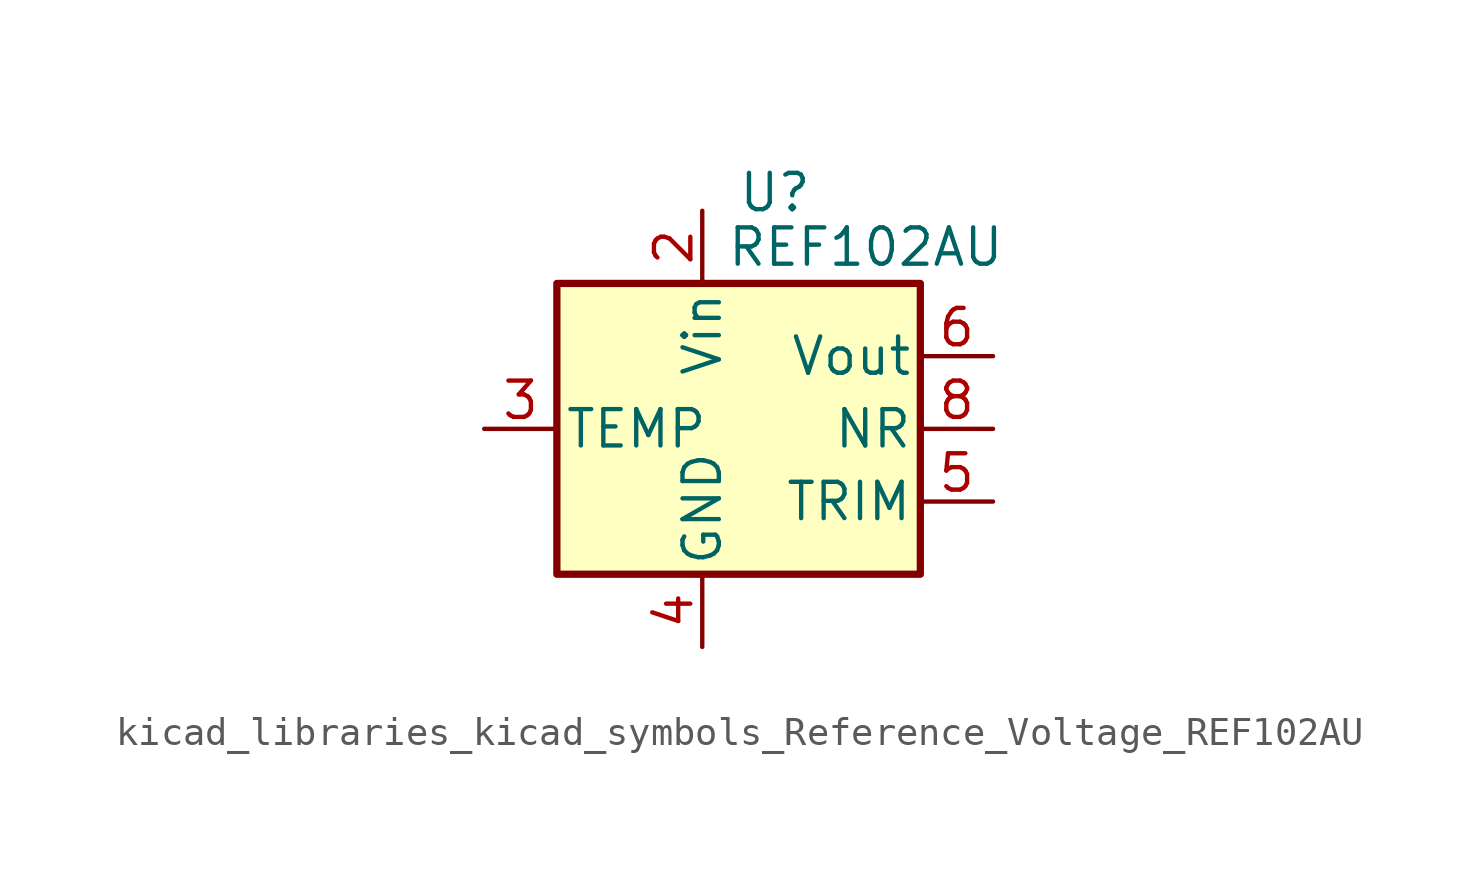
<source format=kicad_sym>
(kicad_symbol_lib
  (version 20220914)
  (generator kicad_symbol_editor)
  (symbol "kicad_libraries_kicad_symbols_Reference_Voltage_REF102AU"
    (pin_names
      (offset 0.254))
    (property "Reference" "U"
      (at 0 8.255 0)
      (effects (font (size 1.27 1.27))))
    (property "Value" "REF102AU"
      (at 3.175 6.35 0)
      (effects (font (size 1.27 1.27))))
    (symbol "kicad_libraries_kicad_symbols_Reference_Voltage_REF102AU_0_1"
      (rectangle (start -7.62 5.08) (end 5.08 -5.08) (stroke (width 0.254) (type default)) (fill (type background))))
    (symbol "kicad_libraries_kicad_symbols_Reference_Voltage_REF102AU_1_1"
      (pin no_connect line (at -5.08 -5.08 90) (length 2.54) hide (name "NC" (effects (font (size 1.27 1.27)))) (number "1" (effects (font (size 1.27 1.27)))))
      (pin power_in line (at -2.54 7.62 270) (length 2.54) (name "Vin" (effects (font (size 1.27 1.27)))) (number "2" (effects (font (size 1.27 1.27)))))
      (pin passive line (at -10.16 0 0) (length 2.54) (name "TEMP" (effects (font (size 1.27 1.27)))) (number "3" (effects (font (size 1.27 1.27)))))
      (pin power_in line (at -2.54 -7.62 90) (length 2.54) (name "GND" (effects (font (size 1.27 1.27)))) (number "4" (effects (font (size 1.27 1.27)))))
      (pin passive line (at 7.62 -2.54 180) (length 2.54) (name "TRIM" (effects (font (size 1.27 1.27)))) (number "5" (effects (font (size 1.27 1.27)))))
      (pin power_out line (at 7.62 2.54 180) (length 2.54) (name "Vout" (effects (font (size 1.27 1.27)))) (number "6" (effects (font (size 1.27 1.27)))))
      (pin no_connect line (at 0 -5.08 90) (length 2.54) hide (name "NC" (effects (font (size 1.27 1.27)))) (number "7" (effects (font (size 1.27 1.27)))))
      (pin passive line (at 7.62 0 180) (length 2.54) (name "NR" (effects (font (size 1.27 1.27)))) (number "8" (effects (font (size 1.27 1.27))))))))
</source>
